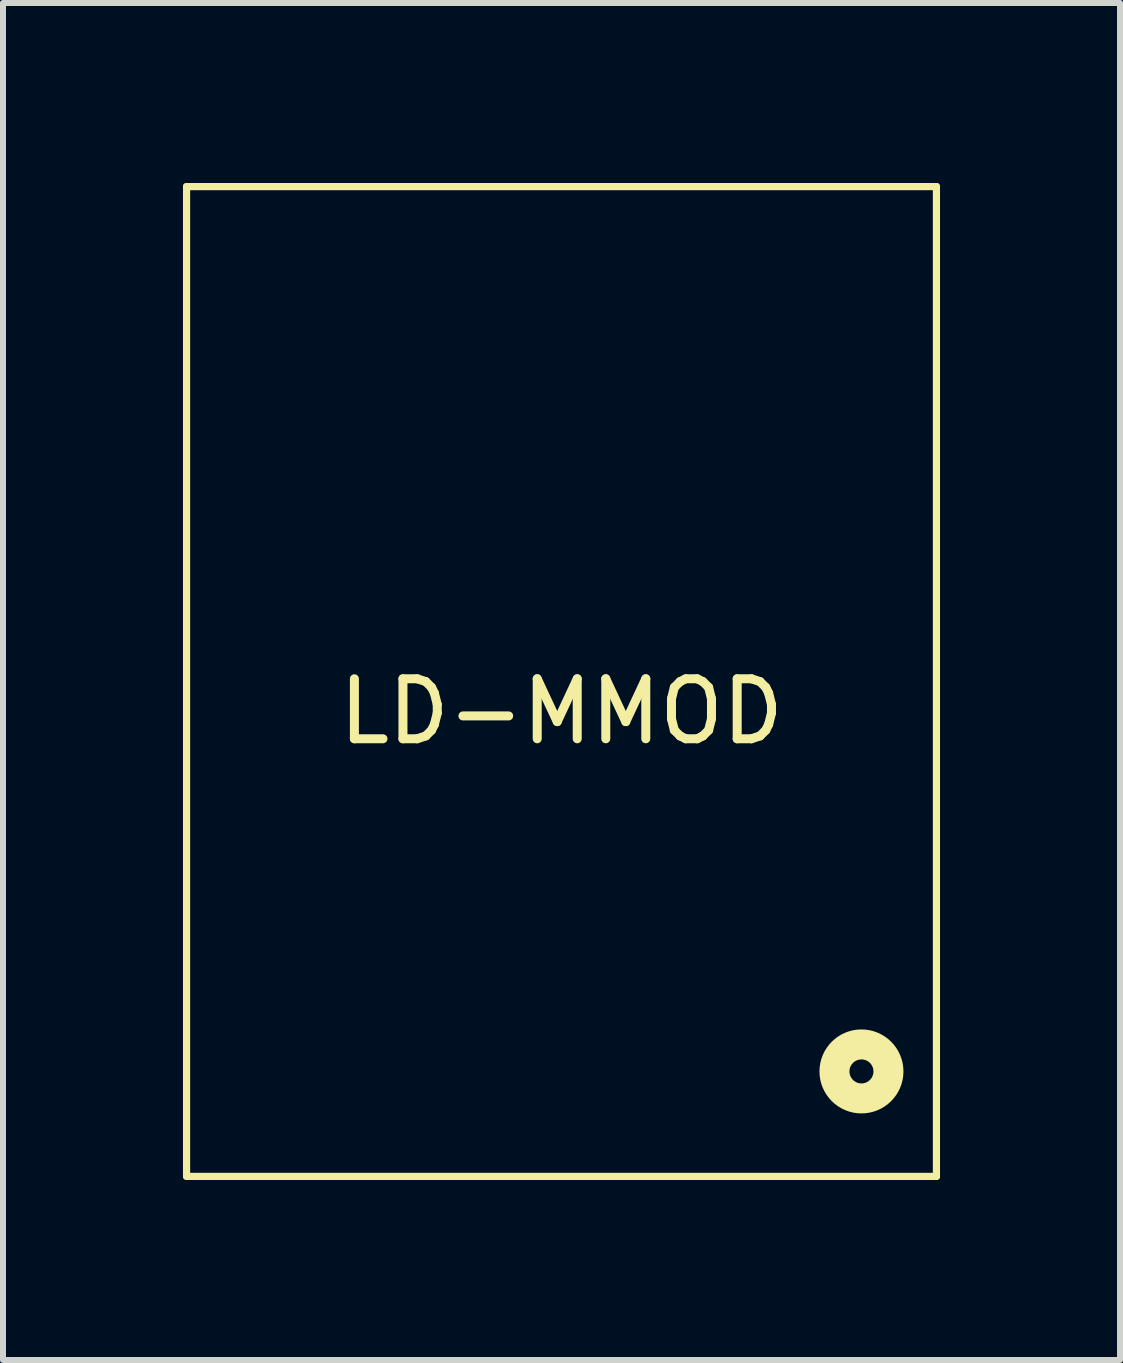
<source format=kicad_pcb>
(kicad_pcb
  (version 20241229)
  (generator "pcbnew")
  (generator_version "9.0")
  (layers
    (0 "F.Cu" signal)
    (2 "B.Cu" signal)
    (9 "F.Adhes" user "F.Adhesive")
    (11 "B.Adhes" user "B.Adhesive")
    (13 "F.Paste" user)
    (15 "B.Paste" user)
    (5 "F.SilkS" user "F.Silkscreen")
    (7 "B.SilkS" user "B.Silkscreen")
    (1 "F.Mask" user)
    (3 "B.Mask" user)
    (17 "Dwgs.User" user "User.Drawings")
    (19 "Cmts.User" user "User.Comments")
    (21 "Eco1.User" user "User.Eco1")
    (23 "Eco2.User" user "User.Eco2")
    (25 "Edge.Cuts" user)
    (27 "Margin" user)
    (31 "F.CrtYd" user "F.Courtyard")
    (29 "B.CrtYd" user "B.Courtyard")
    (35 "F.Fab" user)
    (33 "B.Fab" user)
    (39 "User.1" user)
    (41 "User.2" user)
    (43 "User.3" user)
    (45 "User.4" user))
  (footprint "LD-MMOD"
    (layer "F.Cu")
    (at 6.31 8.31)
    (property "Reference" "LD-MMOD" (at 0 0.5 0) (layer "F.SilkS") (effects (font (size 1 1) (thickness 0.15))))
    (attr through_hole)
    (fp_line (start -6.25 -8.25) (end -6.25 8.25) (stroke (width 0.12) (type solid)) (layer "F.SilkS"))
    (fp_line (start -6.25 -8.25) (end 6.25 -8.25) (stroke (width 0.12) (type solid)) (layer "F.SilkS"))
    (fp_line (start -6.25 8.25) (end 6.25 8.25) (stroke (width 0.12) (type solid)) (layer "F.SilkS"))
    (fp_line (start 6.25 -8.25) (end 6.25 8.25) (stroke (width 0.12) (type solid)) (layer "F.SilkS"))
    (fp_circle (center 5 6.5) (end 5.2 6.5) (stroke (width 0.5) (type solid)) (fill no) (layer "F.SilkS")))
  (gr_rect
    (start -3 -3)
    (end 15.62 19.62)
    (stroke (width 0.1) (type default))
    (fill no)
    (layer "Edge.Cuts")))
</source>
